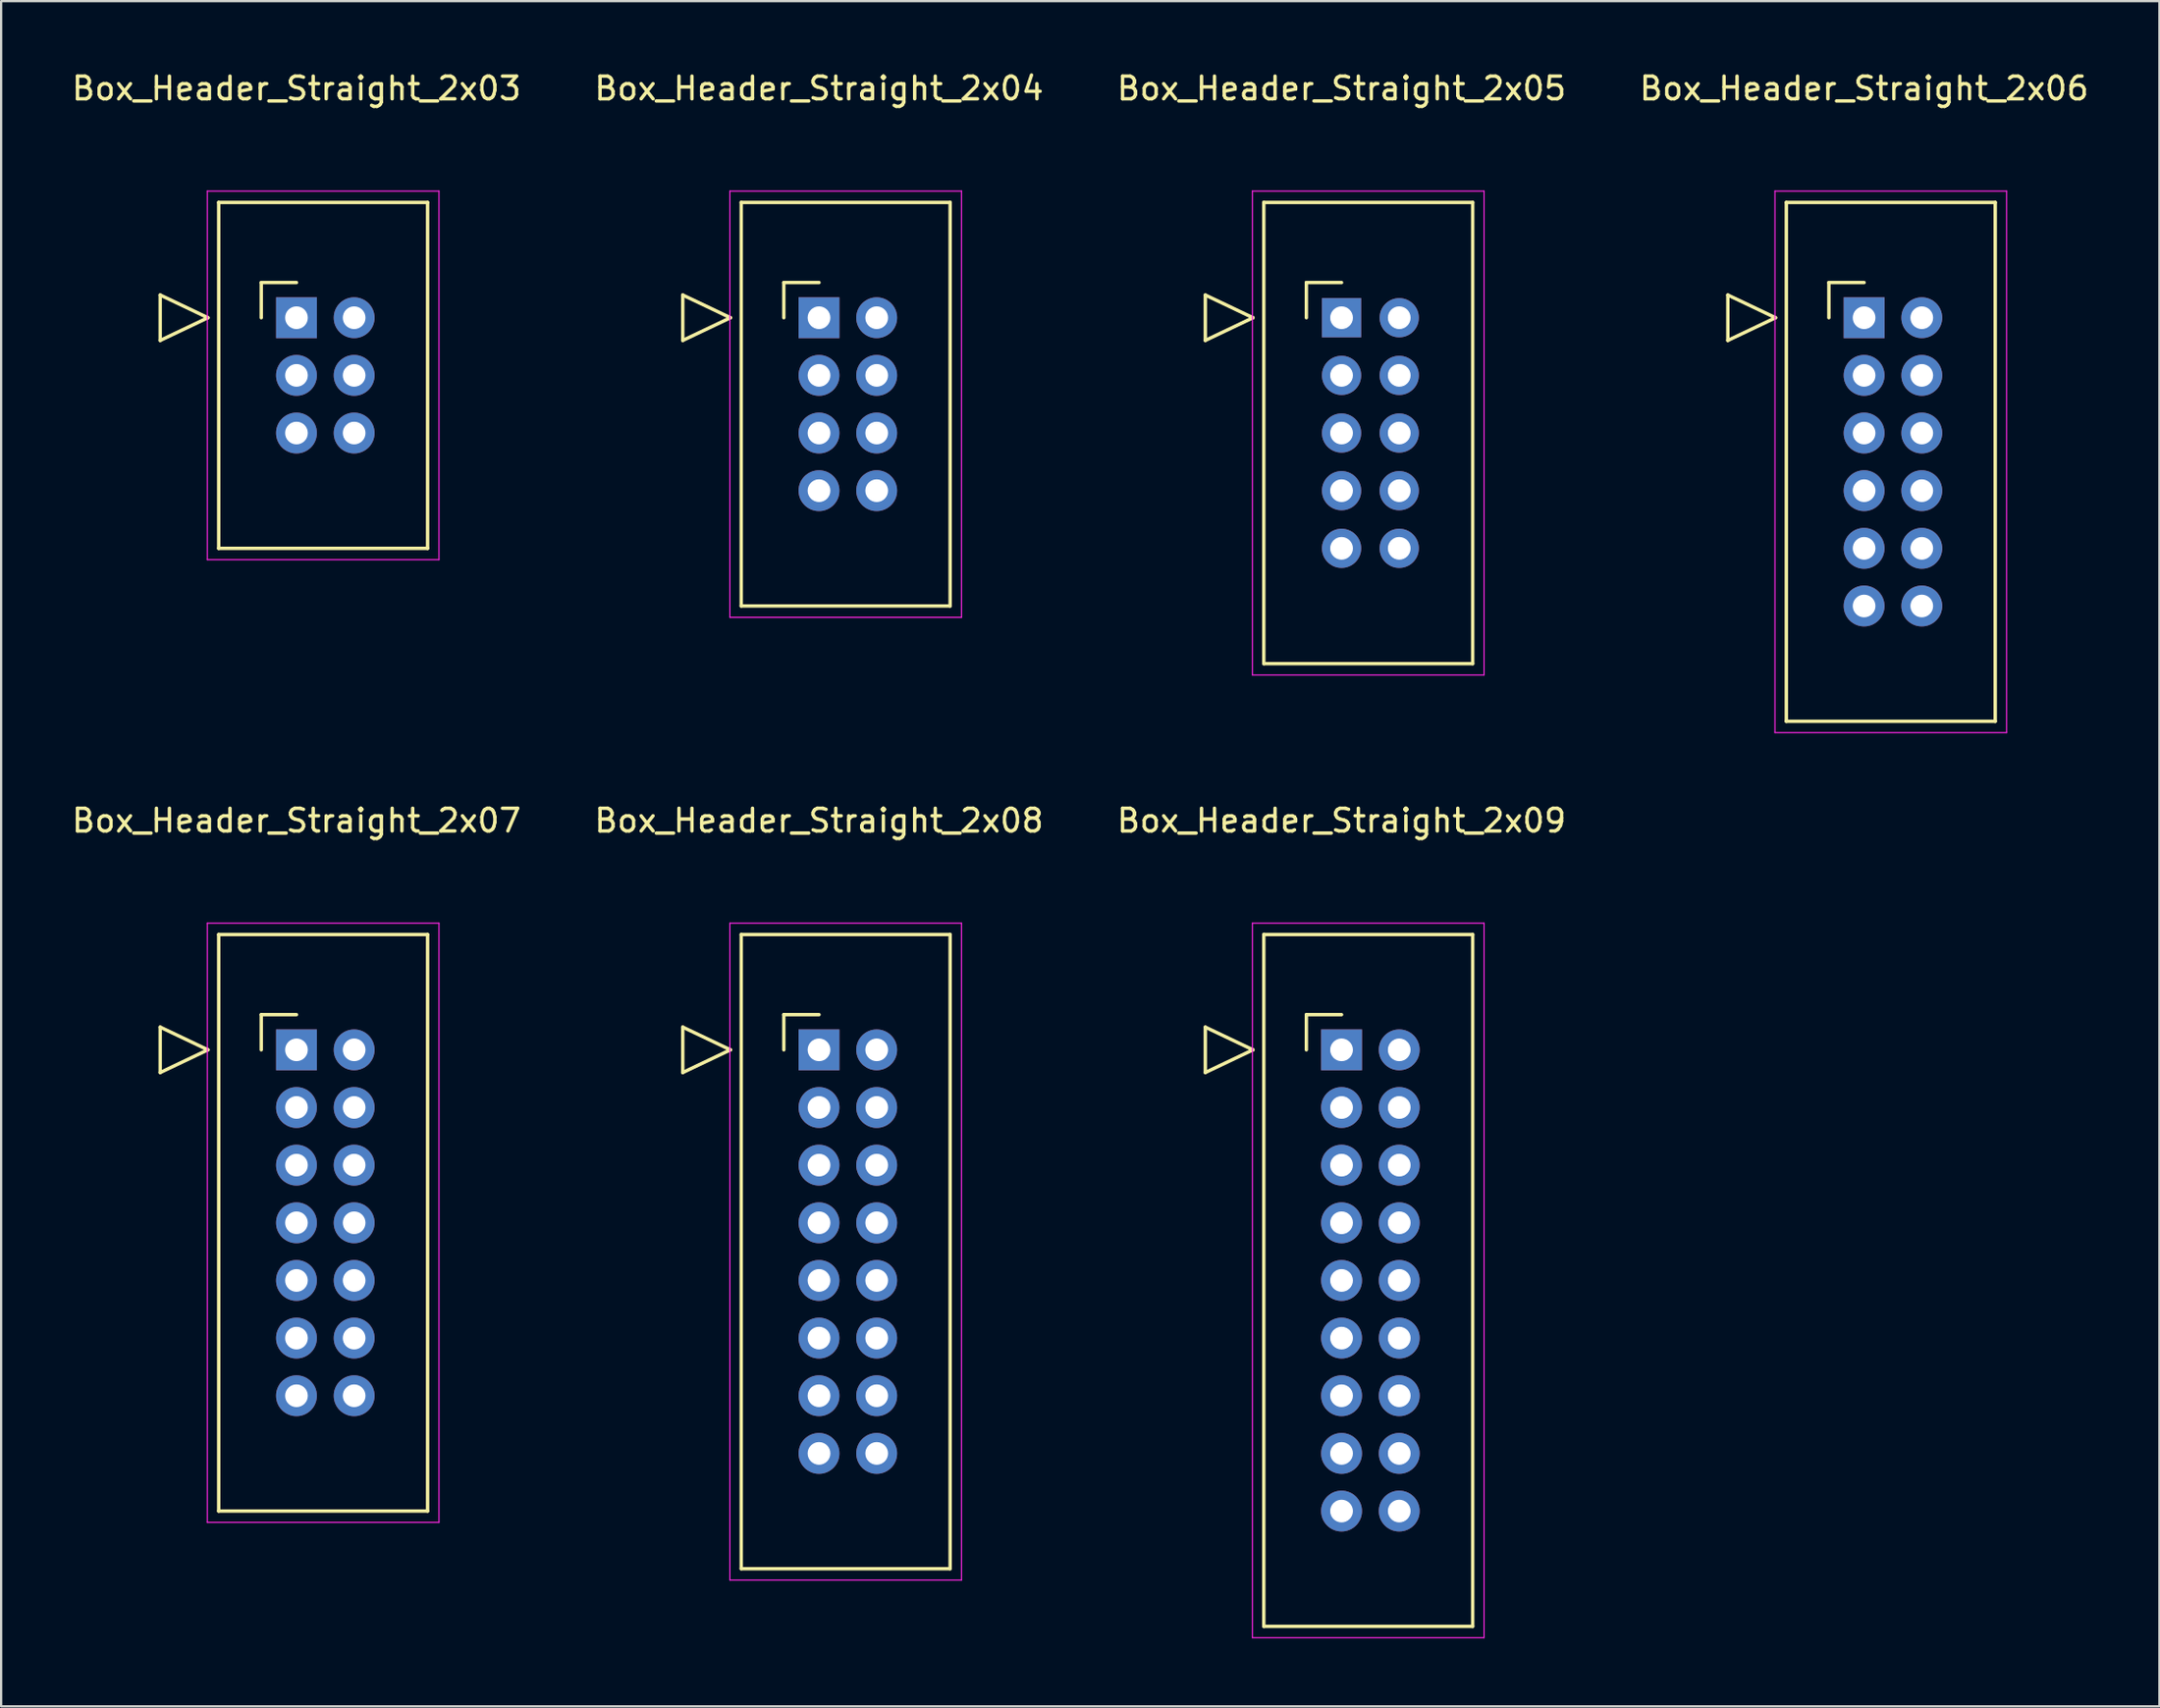
<source format=kicad_pcb>
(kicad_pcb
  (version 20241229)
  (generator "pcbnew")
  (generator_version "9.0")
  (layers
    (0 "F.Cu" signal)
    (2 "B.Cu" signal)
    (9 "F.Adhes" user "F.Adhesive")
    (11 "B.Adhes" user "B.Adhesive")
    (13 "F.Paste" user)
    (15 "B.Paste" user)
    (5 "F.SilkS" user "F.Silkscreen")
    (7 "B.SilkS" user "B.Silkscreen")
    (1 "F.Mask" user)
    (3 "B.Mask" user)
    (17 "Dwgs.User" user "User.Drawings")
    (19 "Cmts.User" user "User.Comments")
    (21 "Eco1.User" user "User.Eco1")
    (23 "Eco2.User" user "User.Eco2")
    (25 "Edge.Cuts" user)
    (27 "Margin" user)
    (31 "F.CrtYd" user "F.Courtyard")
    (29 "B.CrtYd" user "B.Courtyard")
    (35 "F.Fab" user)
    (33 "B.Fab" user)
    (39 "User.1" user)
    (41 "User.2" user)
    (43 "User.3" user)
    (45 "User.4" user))
  (footprint "Box_Header_Straight_2x04"
    (layer "F.Cu")
    (at 33.018 10.948)
    (property "Reference" "Box_Header_Straight_2x04" (at 0 -10.1 0) (layer "F.SilkS") (effects (font (size 1 1) (thickness 0.15))))
    (attr through_hole)
    (fp_line (start -6 -1) (end -3.9 0) (stroke (width 0.15) (type solid)) (layer "F.SilkS"))
    (fp_line (start -6 1) (end -6 -1) (stroke (width 0.15) (type solid)) (layer "F.SilkS"))
    (fp_line (start -3.9 0) (end -6 1) (stroke (width 0.15) (type solid)) (layer "F.SilkS"))
    (fp_line (start -3.425 -5.08) (end -3.425 12.7) (stroke (width 0.15) (type solid)) (layer "F.SilkS"))
    (fp_line (start -3.425 -5.08) (end 5.775 -5.08) (stroke (width 0.15) (type solid)) (layer "F.SilkS"))
    (fp_line (start -3.425 12.7) (end 5.775 12.7) (stroke (width 0.15) (type solid)) (layer "F.SilkS"))
    (fp_line (start -1.55 -1.55) (end -1.55 0) (stroke (width 0.15) (type solid)) (layer "F.SilkS"))
    (fp_line (start -1.55 -1.55) (end 0 -1.55) (stroke (width 0.15) (type solid)) (layer "F.SilkS"))
    (fp_line (start 5.775 -5.08) (end 5.775 12.7) (stroke (width 0.15) (type solid)) (layer "F.SilkS"))
    (fp_line (start -3.925 -5.58) (end -3.925 13.2) (stroke (width 0.05) (type solid)) (layer "F.CrtYd"))
    (fp_line (start -3.925 -5.58) (end 6.275 -5.58) (stroke (width 0.05) (type solid)) (layer "F.CrtYd"))
    (fp_line (start -3.925 13.2) (end 6.275 13.2) (stroke (width 0.05) (type solid)) (layer "F.CrtYd"))
    (fp_line (start 6.275 -5.58) (end 6.275 13.2) (stroke (width 0.05) (type solid)) (layer "F.CrtYd"))
    (pad "1" thru_hole rect (at 0 0) (size 1.8 1.8) (drill 1) (layers "*.Cu" "*.Mask"))
    (pad "2" thru_hole oval (at 2.54 0) (size 1.8 1.8) (drill 1) (layers "*.Cu" "*.Mask"))
    (pad "3" thru_hole oval (at 0 2.54) (size 1.8 1.8) (drill 1) (layers "*.Cu" "*.Mask"))
    (pad "4" thru_hole oval (at 2.54 2.54) (size 1.8 1.8) (drill 1) (layers "*.Cu" "*.Mask"))
    (pad "5" thru_hole oval (at 0 5.08) (size 1.8 1.8) (drill 1) (layers "*.Cu" "*.Mask"))
    (pad "6" thru_hole oval (at 2.54 5.08) (size 1.8 1.8) (drill 1) (layers "*.Cu" "*.Mask"))
    (pad "7" thru_hole oval (at 0 7.62) (size 1.8 1.8) (drill 1) (layers "*.Cu" "*.Mask"))
    (pad "8" thru_hole oval (at 2.54 7.62) (size 1.8 1.8) (drill 1) (layers "*.Cu" "*.Mask")))
  (footprint "Box_Header_Straight_2x05"
    (layer "F.Cu")
    (at 56.03 10.948)
    (property "Reference" "Box_Header_Straight_2x05" (at 0 -10.1 0) (layer "F.SilkS") (effects (font (size 1 1) (thickness 0.15))))
    (attr through_hole)
    (fp_line (start -6 -1) (end -3.9 0) (stroke (width 0.15) (type solid)) (layer "F.SilkS"))
    (fp_line (start -6 1) (end -6 -1) (stroke (width 0.15) (type solid)) (layer "F.SilkS"))
    (fp_line (start -3.9 0) (end -6 1) (stroke (width 0.15) (type solid)) (layer "F.SilkS"))
    (fp_line (start -3.425 -5.08) (end -3.425 15.24) (stroke (width 0.15) (type solid)) (layer "F.SilkS"))
    (fp_line (start -3.425 -5.08) (end 5.775 -5.08) (stroke (width 0.15) (type solid)) (layer "F.SilkS"))
    (fp_line (start -3.425 15.24) (end 5.775 15.24) (stroke (width 0.15) (type solid)) (layer "F.SilkS"))
    (fp_line (start -1.55 -1.55) (end -1.55 0) (stroke (width 0.15) (type solid)) (layer "F.SilkS"))
    (fp_line (start -1.55 -1.55) (end 0 -1.55) (stroke (width 0.15) (type solid)) (layer "F.SilkS"))
    (fp_line (start 5.775 -5.08) (end 5.775 15.24) (stroke (width 0.15) (type solid)) (layer "F.SilkS"))
    (fp_line (start -3.925 -5.58) (end -3.925 15.74) (stroke (width 0.05) (type solid)) (layer "F.CrtYd"))
    (fp_line (start -3.925 -5.58) (end 6.275 -5.58) (stroke (width 0.05) (type solid)) (layer "F.CrtYd"))
    (fp_line (start -3.925 15.74) (end 6.275 15.74) (stroke (width 0.05) (type solid)) (layer "F.CrtYd"))
    (fp_line (start 6.275 -5.58) (end 6.275 15.74) (stroke (width 0.05) (type solid)) (layer "F.CrtYd"))
    (pad "1" thru_hole rect (at 0 0) (size 1.727 1.727) (drill 1) (layers "*.Cu" "*.Mask"))
    (pad "2" thru_hole oval (at 2.54 0) (size 1.727 1.727) (drill 1) (layers "*.Cu" "*.Mask"))
    (pad "3" thru_hole oval (at 0 2.54) (size 1.727 1.727) (drill 1) (layers "*.Cu" "*.Mask"))
    (pad "4" thru_hole oval (at 2.54 2.54) (size 1.727 1.727) (drill 1) (layers "*.Cu" "*.Mask"))
    (pad "5" thru_hole oval (at 0 5.08) (size 1.727 1.727) (drill 1) (layers "*.Cu" "*.Mask"))
    (pad "6" thru_hole oval (at 2.54 5.08) (size 1.727 1.727) (drill 1) (layers "*.Cu" "*.Mask"))
    (pad "7" thru_hole oval (at 0 7.62) (size 1.727 1.727) (drill 1) (layers "*.Cu" "*.Mask"))
    (pad "8" thru_hole oval (at 2.54 7.62) (size 1.727 1.727) (drill 1) (layers "*.Cu" "*.Mask"))
    (pad "9" thru_hole oval (at 0 10.16) (size 1.727 1.727) (drill 1) (layers "*.Cu" "*.Mask"))
    (pad "10" thru_hole oval (at 2.54 10.16) (size 1.727 1.727) (drill 1) (layers "*.Cu" "*.Mask")))
  (footprint "Box_Header_Straight_2x09"
    (layer "F.Cu")
    (at 56.03 43.202)
    (property "Reference" "Box_Header_Straight_2x09" (at 0 -10.1 0) (layer "F.SilkS") (effects (font (size 1 1) (thickness 0.15))))
    (attr through_hole)
    (fp_line (start -6 -1) (end -3.9 0) (stroke (width 0.15) (type solid)) (layer "F.SilkS"))
    (fp_line (start -6 1) (end -6 -1) (stroke (width 0.15) (type solid)) (layer "F.SilkS"))
    (fp_line (start -3.9 0) (end -6 1) (stroke (width 0.15) (type solid)) (layer "F.SilkS"))
    (fp_line (start -3.425 -5.08) (end -3.425 25.4) (stroke (width 0.15) (type solid)) (layer "F.SilkS"))
    (fp_line (start -3.425 -5.08) (end 5.775 -5.08) (stroke (width 0.15) (type solid)) (layer "F.SilkS"))
    (fp_line (start -3.425 25.4) (end 5.775 25.4) (stroke (width 0.15) (type solid)) (layer "F.SilkS"))
    (fp_line (start -1.55 -1.55) (end -1.55 0) (stroke (width 0.15) (type solid)) (layer "F.SilkS"))
    (fp_line (start -1.55 -1.55) (end 0 -1.55) (stroke (width 0.15) (type solid)) (layer "F.SilkS"))
    (fp_line (start 5.775 -5.08) (end 5.775 25.4) (stroke (width 0.15) (type solid)) (layer "F.SilkS"))
    (fp_line (start -3.925 -5.58) (end -3.925 25.9) (stroke (width 0.05) (type solid)) (layer "F.CrtYd"))
    (fp_line (start -3.925 -5.58) (end 6.275 -5.58) (stroke (width 0.05) (type solid)) (layer "F.CrtYd"))
    (fp_line (start -3.925 25.9) (end 6.275 25.9) (stroke (width 0.05) (type solid)) (layer "F.CrtYd"))
    (fp_line (start 6.275 -5.58) (end 6.275 25.9) (stroke (width 0.05) (type solid)) (layer "F.CrtYd"))
    (pad "1" thru_hole rect (at 0 0) (size 1.8 1.8) (drill 1) (layers "*.Cu" "*.Mask"))
    (pad "2" thru_hole oval (at 2.54 0) (size 1.8 1.8) (drill 1) (layers "*.Cu" "*.Mask"))
    (pad "3" thru_hole oval (at 0 2.54) (size 1.8 1.8) (drill 1) (layers "*.Cu" "*.Mask"))
    (pad "4" thru_hole oval (at 2.54 2.54) (size 1.8 1.8) (drill 1) (layers "*.Cu" "*.Mask"))
    (pad "5" thru_hole oval (at 0 5.08) (size 1.8 1.8) (drill 1) (layers "*.Cu" "*.Mask"))
    (pad "6" thru_hole oval (at 2.54 5.08) (size 1.8 1.8) (drill 1) (layers "*.Cu" "*.Mask"))
    (pad "7" thru_hole oval (at 0 7.62) (size 1.8 1.8) (drill 1) (layers "*.Cu" "*.Mask"))
    (pad "8" thru_hole oval (at 2.54 7.62) (size 1.8 1.8) (drill 1) (layers "*.Cu" "*.Mask"))
    (pad "9" thru_hole oval (at 0 10.16) (size 1.8 1.8) (drill 1) (layers "*.Cu" "*.Mask"))
    (pad "10" thru_hole oval (at 2.54 10.16) (size 1.8 1.8) (drill 1) (layers "*.Cu" "*.Mask"))
    (pad "11" thru_hole oval (at 0 12.7) (size 1.8 1.8) (drill 1) (layers "*.Cu" "*.Mask"))
    (pad "12" thru_hole oval (at 2.54 12.7) (size 1.8 1.8) (drill 1) (layers "*.Cu" "*.Mask"))
    (pad "13" thru_hole oval (at 0 15.24) (size 1.8 1.8) (drill 1) (layers "*.Cu" "*.Mask"))
    (pad "14" thru_hole oval (at 2.54 15.24) (size 1.8 1.8) (drill 1) (layers "*.Cu" "*.Mask"))
    (pad "15" thru_hole oval (at 0 17.78) (size 1.8 1.8) (drill 1) (layers "*.Cu" "*.Mask"))
    (pad "16" thru_hole oval (at 2.54 17.78) (size 1.8 1.8) (drill 1) (layers "*.Cu" "*.Mask"))
    (pad "17" thru_hole oval (at 0 20.32) (size 1.8 1.8) (drill 1) (layers "*.Cu" "*.Mask"))
    (pad "18" thru_hole oval (at 2.54 20.32) (size 1.8 1.8) (drill 1) (layers "*.Cu" "*.Mask")))
  (footprint "Box_Header_Straight_2x07"
    (layer "F.Cu")
    (at 10.006 43.202)
    (property "Reference" "Box_Header_Straight_2x07" (at 0 -10.1 0) (layer "F.SilkS") (effects (font (size 1 1) (thickness 0.15))))
    (attr through_hole)
    (fp_line (start -6 -1) (end -3.9 0) (stroke (width 0.15) (type solid)) (layer "F.SilkS"))
    (fp_line (start -6 1) (end -6 -1) (stroke (width 0.15) (type solid)) (layer "F.SilkS"))
    (fp_line (start -3.9 0) (end -6 1) (stroke (width 0.15) (type solid)) (layer "F.SilkS"))
    (fp_line (start -3.425 -5.08) (end -3.425 20.32) (stroke (width 0.15) (type solid)) (layer "F.SilkS"))
    (fp_line (start -3.425 -5.08) (end 5.775 -5.08) (stroke (width 0.15) (type solid)) (layer "F.SilkS"))
    (fp_line (start -3.425 20.32) (end 5.775 20.32) (stroke (width 0.15) (type solid)) (layer "F.SilkS"))
    (fp_line (start -1.55 -1.55) (end -1.55 0) (stroke (width 0.15) (type solid)) (layer "F.SilkS"))
    (fp_line (start -1.55 -1.55) (end 0 -1.55) (stroke (width 0.15) (type solid)) (layer "F.SilkS"))
    (fp_line (start 5.775 -5.08) (end 5.775 20.32) (stroke (width 0.15) (type solid)) (layer "F.SilkS"))
    (fp_line (start -3.925 -5.58) (end -3.925 20.82) (stroke (width 0.05) (type solid)) (layer "F.CrtYd"))
    (fp_line (start -3.925 -5.58) (end 6.275 -5.58) (stroke (width 0.05) (type solid)) (layer "F.CrtYd"))
    (fp_line (start -3.925 20.82) (end 6.275 20.82) (stroke (width 0.05) (type solid)) (layer "F.CrtYd"))
    (fp_line (start 6.275 -5.58) (end 6.275 20.82) (stroke (width 0.05) (type solid)) (layer "F.CrtYd"))
    (pad "1" thru_hole rect (at 0 0) (size 1.8 1.8) (drill 1) (layers "*.Cu" "*.Mask"))
    (pad "2" thru_hole oval (at 2.54 0) (size 1.8 1.8) (drill 1) (layers "*.Cu" "*.Mask"))
    (pad "3" thru_hole oval (at 0 2.54) (size 1.8 1.8) (drill 1) (layers "*.Cu" "*.Mask"))
    (pad "4" thru_hole oval (at 2.54 2.54) (size 1.8 1.8) (drill 1) (layers "*.Cu" "*.Mask"))
    (pad "5" thru_hole oval (at 0 5.08) (size 1.8 1.8) (drill 1) (layers "*.Cu" "*.Mask"))
    (pad "6" thru_hole oval (at 2.54 5.08) (size 1.8 1.8) (drill 1) (layers "*.Cu" "*.Mask"))
    (pad "7" thru_hole oval (at 0 7.62) (size 1.8 1.8) (drill 1) (layers "*.Cu" "*.Mask"))
    (pad "8" thru_hole oval (at 2.54 7.62) (size 1.8 1.8) (drill 1) (layers "*.Cu" "*.Mask"))
    (pad "9" thru_hole oval (at 0 10.16) (size 1.8 1.8) (drill 1) (layers "*.Cu" "*.Mask"))
    (pad "10" thru_hole oval (at 2.54 10.16) (size 1.8 1.8) (drill 1) (layers "*.Cu" "*.Mask"))
    (pad "11" thru_hole oval (at 0 12.7) (size 1.8 1.8) (drill 1) (layers "*.Cu" "*.Mask"))
    (pad "12" thru_hole oval (at 2.54 12.7) (size 1.8 1.8) (drill 1) (layers "*.Cu" "*.Mask"))
    (pad "13" thru_hole oval (at 0 15.24) (size 1.8 1.8) (drill 1) (layers "*.Cu" "*.Mask"))
    (pad "14" thru_hole oval (at 2.54 15.24) (size 1.8 1.8) (drill 1) (layers "*.Cu" "*.Mask")))
  (footprint "Box_Header_Straight_2x08"
    (layer "F.Cu")
    (at 33.018 43.202)
    (property "Reference" "Box_Header_Straight_2x08" (at 0 -10.1 0) (layer "F.SilkS") (effects (font (size 1 1) (thickness 0.15))))
    (attr through_hole)
    (fp_line (start -6 -1) (end -3.9 0) (stroke (width 0.15) (type solid)) (layer "F.SilkS"))
    (fp_line (start -6 1) (end -6 -1) (stroke (width 0.15) (type solid)) (layer "F.SilkS"))
    (fp_line (start -3.9 0) (end -6 1) (stroke (width 0.15) (type solid)) (layer "F.SilkS"))
    (fp_line (start -3.425 -5.08) (end -3.425 22.86) (stroke (width 0.15) (type solid)) (layer "F.SilkS"))
    (fp_line (start -3.425 -5.08) (end 5.775 -5.08) (stroke (width 0.15) (type solid)) (layer "F.SilkS"))
    (fp_line (start -3.425 22.86) (end 5.775 22.86) (stroke (width 0.15) (type solid)) (layer "F.SilkS"))
    (fp_line (start -1.55 -1.55) (end -1.55 0) (stroke (width 0.15) (type solid)) (layer "F.SilkS"))
    (fp_line (start -1.55 -1.55) (end 0 -1.55) (stroke (width 0.15) (type solid)) (layer "F.SilkS"))
    (fp_line (start 5.775 -5.08) (end 5.775 22.86) (stroke (width 0.15) (type solid)) (layer "F.SilkS"))
    (fp_line (start -3.925 -5.58) (end -3.925 23.36) (stroke (width 0.05) (type solid)) (layer "F.CrtYd"))
    (fp_line (start -3.925 -5.58) (end 6.275 -5.58) (stroke (width 0.05) (type solid)) (layer "F.CrtYd"))
    (fp_line (start -3.925 23.36) (end 6.275 23.36) (stroke (width 0.05) (type solid)) (layer "F.CrtYd"))
    (fp_line (start 6.275 -5.58) (end 6.275 23.36) (stroke (width 0.05) (type solid)) (layer "F.CrtYd"))
    (pad "1" thru_hole rect (at 0 0) (size 1.8 1.8) (drill 1) (layers "*.Cu" "*.Mask"))
    (pad "2" thru_hole oval (at 2.54 0) (size 1.8 1.8) (drill 1) (layers "*.Cu" "*.Mask"))
    (pad "3" thru_hole oval (at 0 2.54) (size 1.8 1.8) (drill 1) (layers "*.Cu" "*.Mask"))
    (pad "4" thru_hole oval (at 2.54 2.54) (size 1.8 1.8) (drill 1) (layers "*.Cu" "*.Mask"))
    (pad "5" thru_hole oval (at 0 5.08) (size 1.8 1.8) (drill 1) (layers "*.Cu" "*.Mask"))
    (pad "6" thru_hole oval (at 2.54 5.08) (size 1.8 1.8) (drill 1) (layers "*.Cu" "*.Mask"))
    (pad "7" thru_hole oval (at 0 7.62) (size 1.8 1.8) (drill 1) (layers "*.Cu" "*.Mask"))
    (pad "8" thru_hole oval (at 2.54 7.62) (size 1.8 1.8) (drill 1) (layers "*.Cu" "*.Mask"))
    (pad "9" thru_hole oval (at 0 10.16) (size 1.8 1.8) (drill 1) (layers "*.Cu" "*.Mask"))
    (pad "10" thru_hole oval (at 2.54 10.16) (size 1.8 1.8) (drill 1) (layers "*.Cu" "*.Mask"))
    (pad "11" thru_hole oval (at 0 12.7) (size 1.8 1.8) (drill 1) (layers "*.Cu" "*.Mask"))
    (pad "12" thru_hole oval (at 2.54 12.7) (size 1.8 1.8) (drill 1) (layers "*.Cu" "*.Mask"))
    (pad "13" thru_hole oval (at 0 15.24) (size 1.8 1.8) (drill 1) (layers "*.Cu" "*.Mask"))
    (pad "14" thru_hole oval (at 2.54 15.24) (size 1.8 1.8) (drill 1) (layers "*.Cu" "*.Mask"))
    (pad "15" thru_hole oval (at 0 17.78) (size 1.8 1.8) (drill 1) (layers "*.Cu" "*.Mask"))
    (pad "16" thru_hole oval (at 2.54 17.78) (size 1.8 1.8) (drill 1) (layers "*.Cu" "*.Mask")))
  (footprint "Box_Header_Straight_2x03"
    (layer "F.Cu")
    (at 10.006 10.948)
    (property "Reference" "Box_Header_Straight_2x03" (at 0 -10.1 0) (layer "F.SilkS") (effects (font (size 1 1) (thickness 0.15))))
    (attr through_hole)
    (fp_line (start -6 -1) (end -3.9 0) (stroke (width 0.15) (type solid)) (layer "F.SilkS"))
    (fp_line (start -6 1) (end -6 -1) (stroke (width 0.15) (type solid)) (layer "F.SilkS"))
    (fp_line (start -3.9 0) (end -6 1) (stroke (width 0.15) (type solid)) (layer "F.SilkS"))
    (fp_line (start -3.425 -5.08) (end -3.425 10.16) (stroke (width 0.15) (type solid)) (layer "F.SilkS"))
    (fp_line (start -3.425 -5.08) (end 5.775 -5.08) (stroke (width 0.15) (type solid)) (layer "F.SilkS"))
    (fp_line (start -3.425 10.16) (end 5.775 10.16) (stroke (width 0.15) (type solid)) (layer "F.SilkS"))
    (fp_line (start -1.55 -1.55) (end -1.55 0) (stroke (width 0.15) (type solid)) (layer "F.SilkS"))
    (fp_line (start -1.55 -1.55) (end 0 -1.55) (stroke (width 0.15) (type solid)) (layer "F.SilkS"))
    (fp_line (start 5.775 -5.08) (end 5.775 10.16) (stroke (width 0.15) (type solid)) (layer "F.SilkS"))
    (fp_line (start -3.925 -5.58) (end -3.925 10.66) (stroke (width 0.05) (type solid)) (layer "F.CrtYd"))
    (fp_line (start -3.925 -5.58) (end 6.275 -5.58) (stroke (width 0.05) (type solid)) (layer "F.CrtYd"))
    (fp_line (start -3.925 10.66) (end 6.275 10.66) (stroke (width 0.05) (type solid)) (layer "F.CrtYd"))
    (fp_line (start 6.275 -5.58) (end 6.275 10.66) (stroke (width 0.05) (type solid)) (layer "F.CrtYd"))
    (pad "1" thru_hole rect (at 0 0) (size 1.8 1.8) (drill 1) (layers "*.Cu" "*.Mask"))
    (pad "2" thru_hole oval (at 2.54 0) (size 1.8 1.8) (drill 1) (layers "*.Cu" "*.Mask"))
    (pad "3" thru_hole oval (at 0 2.54) (size 1.8 1.8) (drill 1) (layers "*.Cu" "*.Mask"))
    (pad "4" thru_hole oval (at 2.54 2.54) (size 1.8 1.8) (drill 1) (layers "*.Cu" "*.Mask"))
    (pad "5" thru_hole oval (at 0 5.08) (size 1.8 1.8) (drill 1) (layers "*.Cu" "*.Mask"))
    (pad "6" thru_hole oval (at 2.54 5.08) (size 1.8 1.8) (drill 1) (layers "*.Cu" "*.Mask")))
  (footprint "Box_Header_Straight_2x06"
    (layer "F.Cu")
    (at 79.042 10.948)
    (property "Reference" "Box_Header_Straight_2x06" (at 0 -10.1 0) (layer "F.SilkS") (effects (font (size 1 1) (thickness 0.15))))
    (attr through_hole)
    (fp_line (start -6 -1) (end -3.9 0) (stroke (width 0.15) (type solid)) (layer "F.SilkS"))
    (fp_line (start -6 1) (end -6 -1) (stroke (width 0.15) (type solid)) (layer "F.SilkS"))
    (fp_line (start -3.9 0) (end -6 1) (stroke (width 0.15) (type solid)) (layer "F.SilkS"))
    (fp_line (start -3.425 -5.08) (end -3.425 17.78) (stroke (width 0.15) (type solid)) (layer "F.SilkS"))
    (fp_line (start -3.425 -5.08) (end 5.775 -5.08) (stroke (width 0.15) (type solid)) (layer "F.SilkS"))
    (fp_line (start -3.425 17.78) (end 5.775 17.78) (stroke (width 0.15) (type solid)) (layer "F.SilkS"))
    (fp_line (start -1.55 -1.55) (end -1.55 0) (stroke (width 0.15) (type solid)) (layer "F.SilkS"))
    (fp_line (start -1.55 -1.55) (end 0 -1.55) (stroke (width 0.15) (type solid)) (layer "F.SilkS"))
    (fp_line (start 5.775 -5.08) (end 5.775 17.78) (stroke (width 0.15) (type solid)) (layer "F.SilkS"))
    (fp_line (start -3.925 -5.58) (end -3.925 18.28) (stroke (width 0.05) (type solid)) (layer "F.CrtYd"))
    (fp_line (start -3.925 -5.58) (end 6.275 -5.58) (stroke (width 0.05) (type solid)) (layer "F.CrtYd"))
    (fp_line (start -3.925 18.28) (end 6.275 18.28) (stroke (width 0.05) (type solid)) (layer "F.CrtYd"))
    (fp_line (start 6.275 -5.58) (end 6.275 18.28) (stroke (width 0.05) (type solid)) (layer "F.CrtYd"))
    (pad "1" thru_hole rect (at 0 0) (size 1.8 1.8) (drill 1) (layers "*.Cu" "*.Mask"))
    (pad "2" thru_hole oval (at 2.54 0) (size 1.8 1.8) (drill 1) (layers "*.Cu" "*.Mask"))
    (pad "3" thru_hole oval (at 0 2.54) (size 1.8 1.8) (drill 1) (layers "*.Cu" "*.Mask"))
    (pad "4" thru_hole oval (at 2.54 2.54) (size 1.8 1.8) (drill 1) (layers "*.Cu" "*.Mask"))
    (pad "5" thru_hole oval (at 0 5.08) (size 1.8 1.8) (drill 1) (layers "*.Cu" "*.Mask"))
    (pad "6" thru_hole oval (at 2.54 5.08) (size 1.8 1.8) (drill 1) (layers "*.Cu" "*.Mask"))
    (pad "7" thru_hole oval (at 0 7.62) (size 1.8 1.8) (drill 1) (layers "*.Cu" "*.Mask"))
    (pad "8" thru_hole oval (at 2.54 7.62) (size 1.8 1.8) (drill 1) (layers "*.Cu" "*.Mask"))
    (pad "9" thru_hole oval (at 0 10.16) (size 1.8 1.8) (drill 1) (layers "*.Cu" "*.Mask"))
    (pad "10" thru_hole oval (at 2.54 10.16) (size 1.8 1.8) (drill 1) (layers "*.Cu" "*.Mask"))
    (pad "11" thru_hole oval (at 0 12.7) (size 1.8 1.8) (drill 1) (layers "*.Cu" "*.Mask"))
    (pad "12" thru_hole oval (at 2.54 12.7) (size 1.8 1.8) (drill 1) (layers "*.Cu" "*.Mask")))
  (gr_rect
    (start -3 -3)
    (end 92.048 72.126)
    (stroke (width 0.1) (type default))
    (fill no)
    (layer "Edge.Cuts")))
</source>
